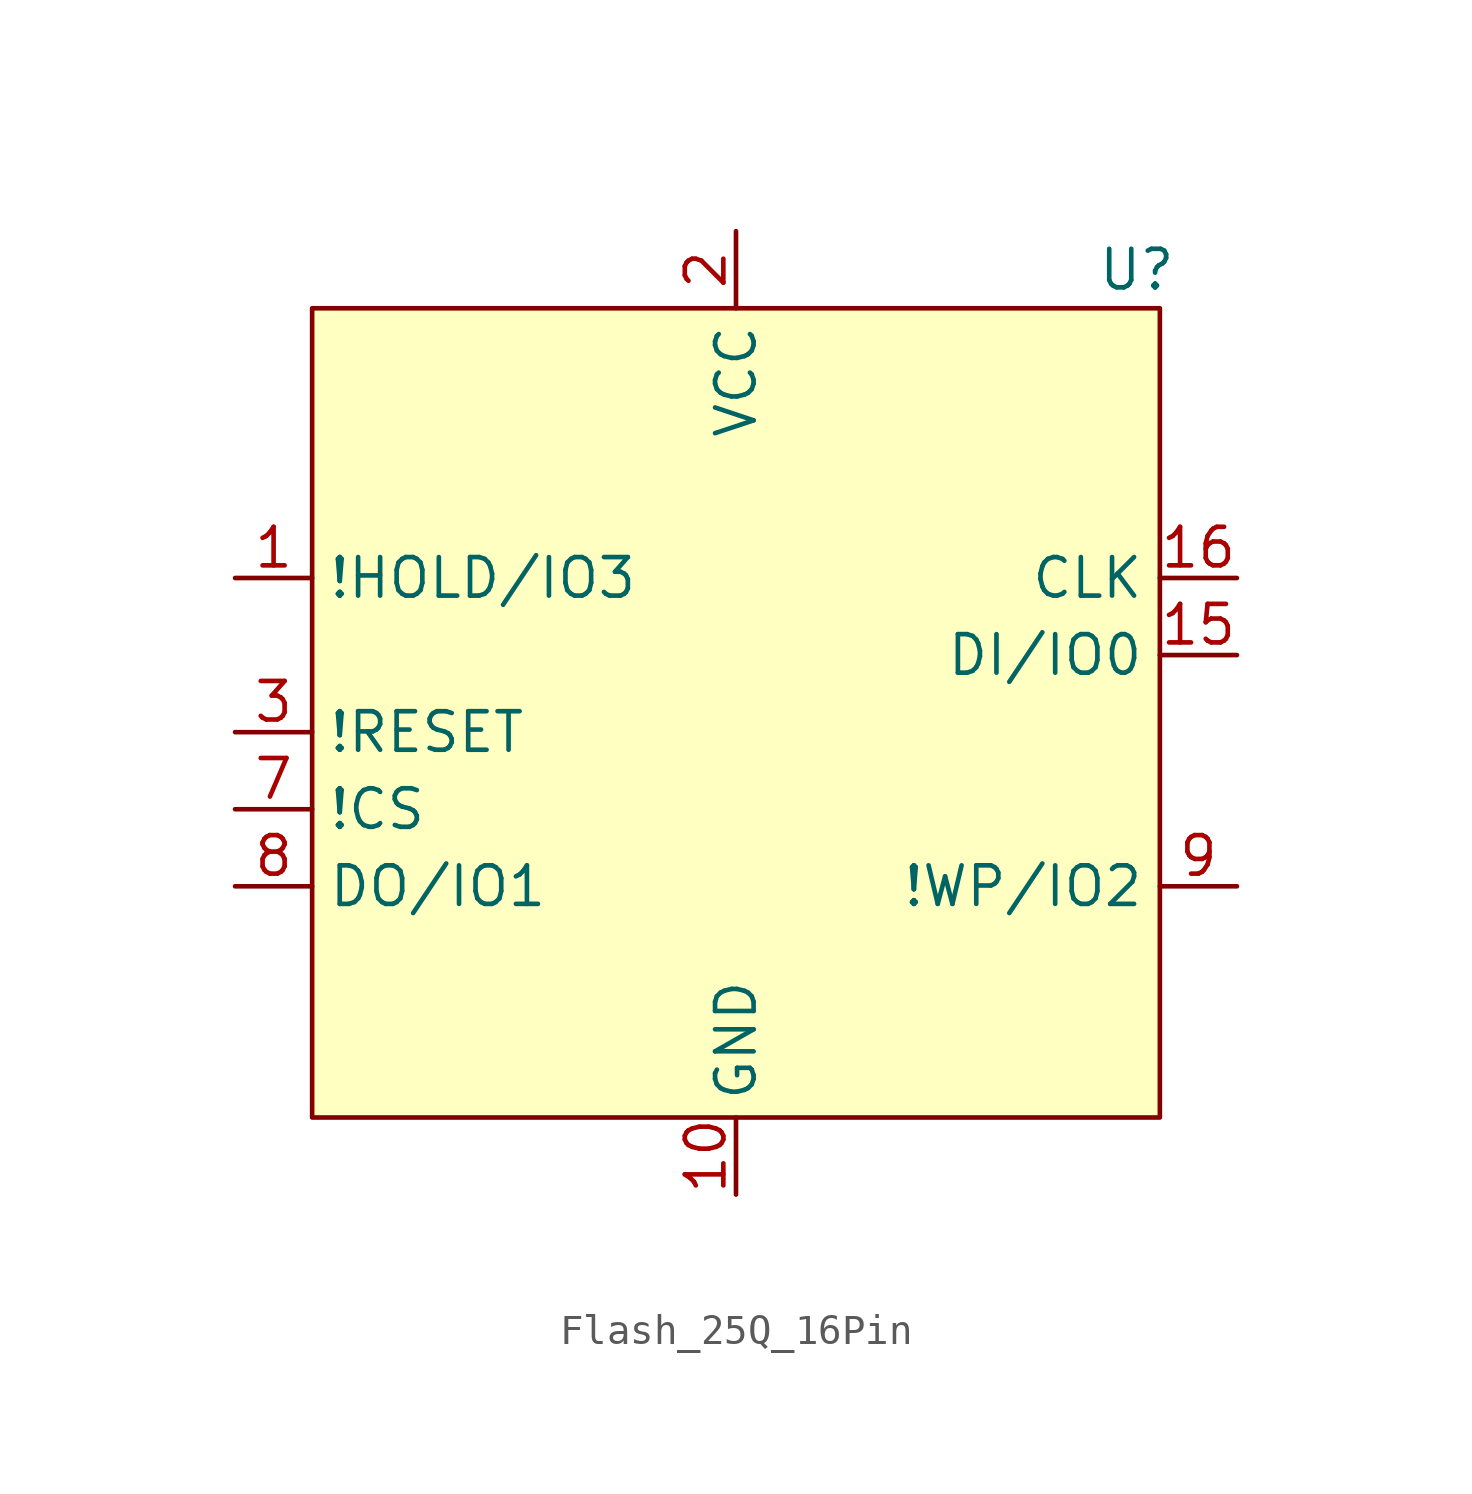
<source format=kicad_sym>
(kicad_symbol_lib
  (version 20231120)
  (generator "kicad_symbol_editor")
  (generator_version "8.0")
  (symbol "Flash_25Q_16Pin"
    (property "Reference" "U"
      (at 13.208 13.97 0)
      (effects (font (size 1.27 1.27))))
    (property "Value" ""
      (at 0 0 0)
      (effects (font (size 1.27 1.27))))
    (symbol "Flash_25Q_16Pin_0_0"
      (pin bidirectional line (at -16.51 3.81 0) (length 2.54) (name "!HOLD/IO3" (effects (font (size 1.27 1.27)))) (number "1" (effects (font (size 1.27 1.27)))))
      (pin power_in line (at 0 -16.51 90) (length 2.54) (name "GND" (effects (font (size 1.27 1.27)))) (number "10" (effects (font (size 1.27 1.27)))))
      (pin bidirectional line (at 16.51 1.27 180) (length 2.54) (name "DI/IO0" (effects (font (size 1.27 1.27)))) (number "15" (effects (font (size 1.27 1.27)))))
      (pin input line (at 16.51 3.81 180) (length 2.54) (name "CLK" (effects (font (size 1.27 1.27)))) (number "16" (effects (font (size 1.27 1.27)))))
      (pin power_in line (at 0 15.24 270) (length 2.54) (name "VCC" (effects (font (size 1.27 1.27)))) (number "2" (effects (font (size 1.27 1.27)))))
      (pin input line (at -16.51 -1.27 0) (length 2.54) (name "!RESET" (effects (font (size 1.27 1.27)))) (number "3" (effects (font (size 1.27 1.27)))))
      (pin input line (at -16.51 -3.81 0) (length 2.54) (name "!CS" (effects (font (size 1.27 1.27)))) (number "7" (effects (font (size 1.27 1.27)))))
      (pin bidirectional line (at -16.51 -6.35 0) (length 2.54) (name "DO/IO1" (effects (font (size 1.27 1.27)))) (number "8" (effects (font (size 1.27 1.27)))))
      (pin bidirectional line (at 16.51 -6.35 180) (length 2.54) (name "!WP/IO2" (effects (font (size 1.27 1.27)))) (number "9" (effects (font (size 1.27 1.27))))))
    (symbol "Flash_25Q_16Pin_1_1"
      (rectangle (start -13.97 12.7) (end 13.97 -13.97) (stroke (width 0) (type default)) (fill (type background))))))
</source>
